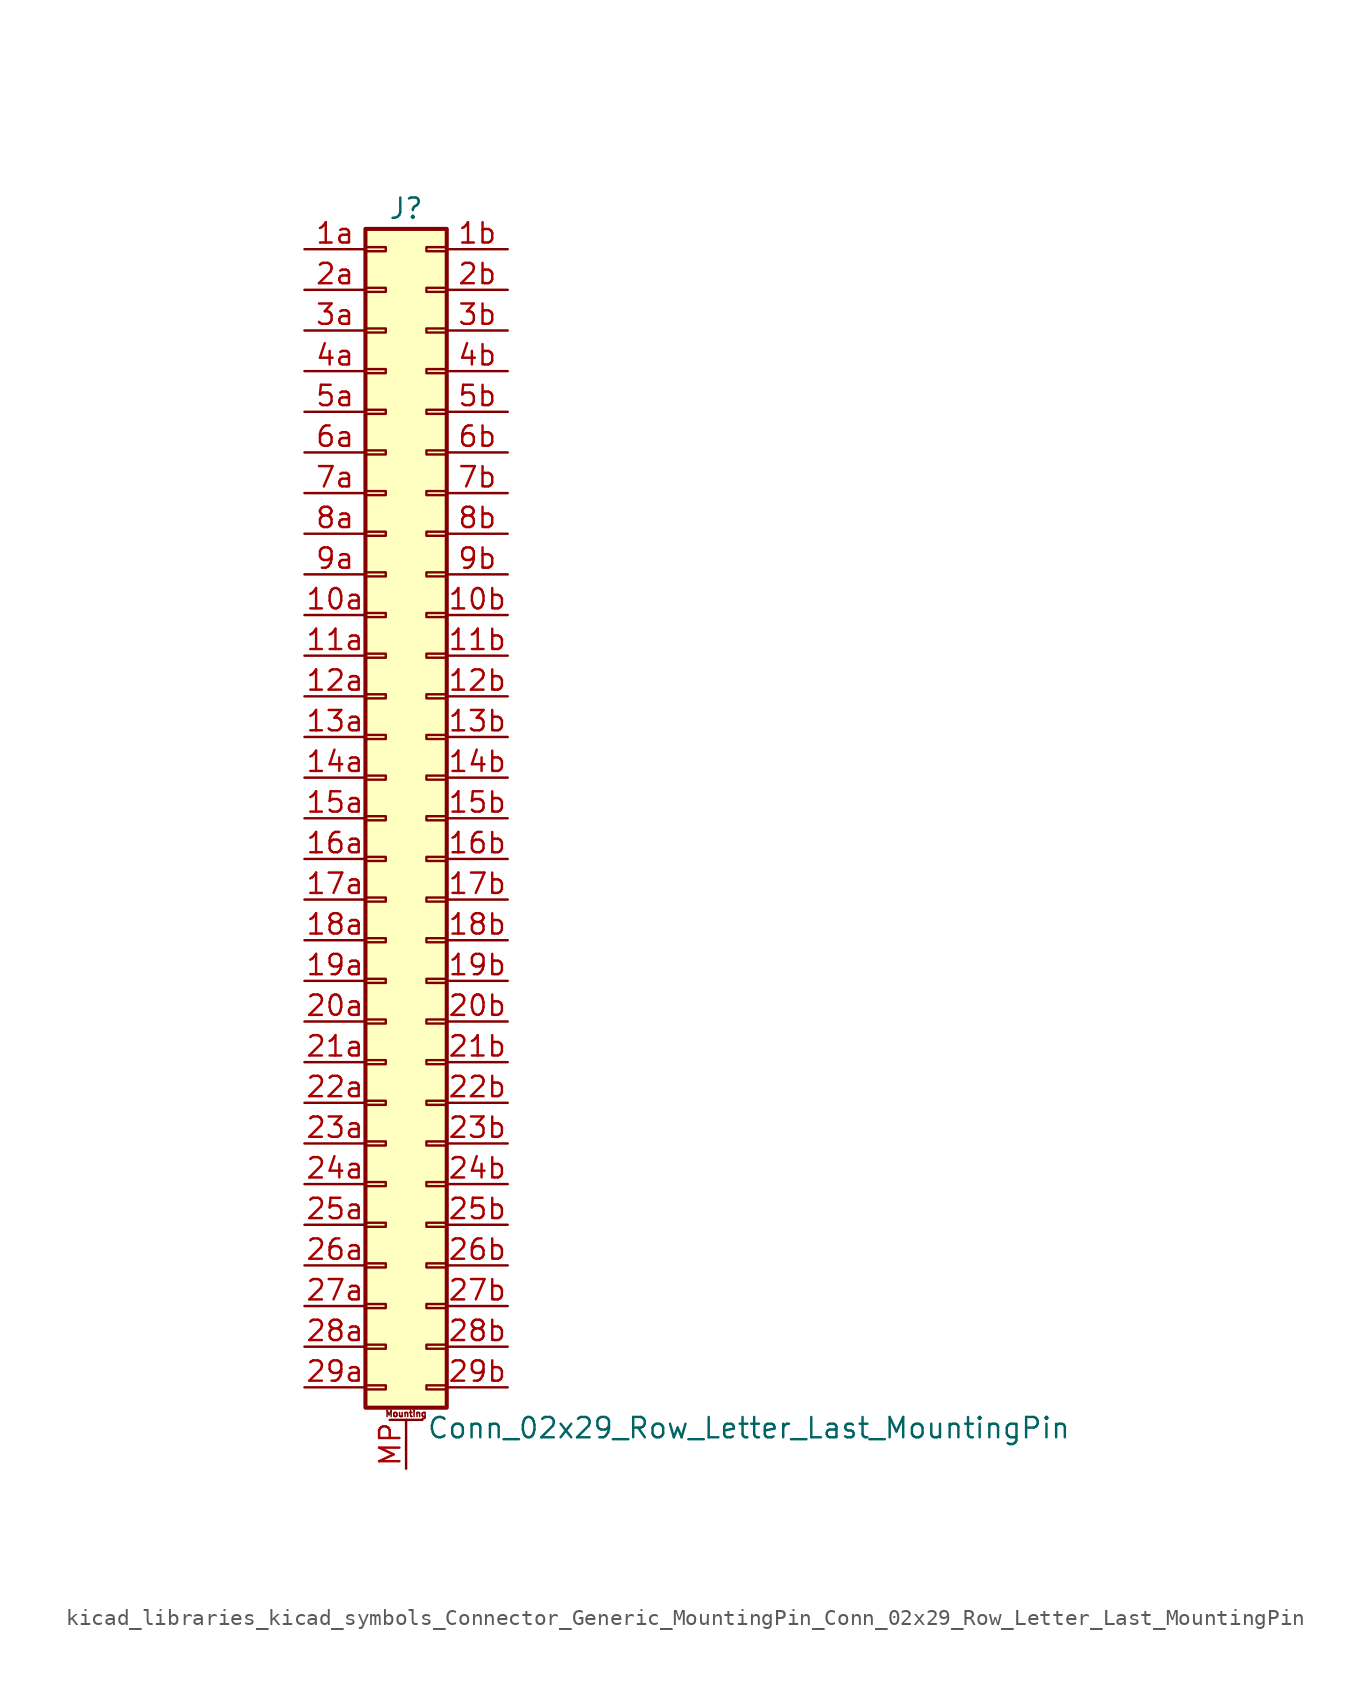
<source format=kicad_sym>
(kicad_symbol_lib
  (version 20220914)
  (generator kicad_symbol_editor)
  (symbol "kicad_libraries_kicad_symbols_Connector_Generic_MountingPin_Conn_02x29_Row_Letter_Last_MountingPin"
    (pin_names
      (offset 1.016) hide)
    (property "Reference" "J"
      (at 1.27 38.1 0)
      (effects (font (size 1.27 1.27))))
    (property "Value" "Conn_02x29_Row_Letter_Last_MountingPin"
      (at 2.54 -38.1 0)
      (effects (font (size 1.27 1.27)) (justify left)))
    (symbol "kicad_libraries_kicad_symbols_Connector_Generic_MountingPin_Conn_02x29_Row_Letter_Last_MountingPin_1_1"
      (rectangle (start -1.27 -35.433) (end 0 -35.687) (stroke (width 0.152) (type default)) (fill (type none)))
      (rectangle (start -1.27 -32.893) (end 0 -33.147) (stroke (width 0.152) (type default)) (fill (type none)))
      (rectangle (start -1.27 -30.353) (end 0 -30.607) (stroke (width 0.152) (type default)) (fill (type none)))
      (rectangle (start -1.27 -27.813) (end 0 -28.067) (stroke (width 0.152) (type default)) (fill (type none)))
      (rectangle (start -1.27 -25.273) (end 0 -25.527) (stroke (width 0.152) (type default)) (fill (type none)))
      (rectangle (start -1.27 -22.733) (end 0 -22.987) (stroke (width 0.152) (type default)) (fill (type none)))
      (rectangle (start -1.27 -20.193) (end 0 -20.447) (stroke (width 0.152) (type default)) (fill (type none)))
      (rectangle (start -1.27 -17.653) (end 0 -17.907) (stroke (width 0.152) (type default)) (fill (type none)))
      (rectangle (start -1.27 -15.113) (end 0 -15.367) (stroke (width 0.152) (type default)) (fill (type none)))
      (rectangle (start -1.27 -12.573) (end 0 -12.827) (stroke (width 0.152) (type default)) (fill (type none)))
      (rectangle (start -1.27 -10.033) (end 0 -10.287) (stroke (width 0.152) (type default)) (fill (type none)))
      (rectangle (start -1.27 -7.493) (end 0 -7.747) (stroke (width 0.152) (type default)) (fill (type none)))
      (rectangle (start -1.27 -4.953) (end 0 -5.207) (stroke (width 0.152) (type default)) (fill (type none)))
      (rectangle (start -1.27 -2.413) (end 0 -2.667) (stroke (width 0.152) (type default)) (fill (type none)))
      (rectangle (start -1.27 0.127) (end 0 -0.127) (stroke (width 0.152) (type default)) (fill (type none)))
      (rectangle (start -1.27 2.667) (end 0 2.413) (stroke (width 0.152) (type default)) (fill (type none)))
      (rectangle (start -1.27 5.207) (end 0 4.953) (stroke (width 0.152) (type default)) (fill (type none)))
      (rectangle (start -1.27 7.747) (end 0 7.493) (stroke (width 0.152) (type default)) (fill (type none)))
      (rectangle (start -1.27 10.287) (end 0 10.033) (stroke (width 0.152) (type default)) (fill (type none)))
      (rectangle (start -1.27 12.827) (end 0 12.573) (stroke (width 0.152) (type default)) (fill (type none)))
      (rectangle (start -1.27 15.367) (end 0 15.113) (stroke (width 0.152) (type default)) (fill (type none)))
      (rectangle (start -1.27 17.907) (end 0 17.653) (stroke (width 0.152) (type default)) (fill (type none)))
      (rectangle (start -1.27 20.447) (end 0 20.193) (stroke (width 0.152) (type default)) (fill (type none)))
      (rectangle (start -1.27 22.987) (end 0 22.733) (stroke (width 0.152) (type default)) (fill (type none)))
      (rectangle (start -1.27 25.527) (end 0 25.273) (stroke (width 0.152) (type default)) (fill (type none)))
      (rectangle (start -1.27 28.067) (end 0 27.813) (stroke (width 0.152) (type default)) (fill (type none)))
      (rectangle (start -1.27 30.607) (end 0 30.353) (stroke (width 0.152) (type default)) (fill (type none)))
      (rectangle (start -1.27 33.147) (end 0 32.893) (stroke (width 0.152) (type default)) (fill (type none)))
      (rectangle (start -1.27 35.687) (end 0 35.433) (stroke (width 0.152) (type default)) (fill (type none)))
      (rectangle (start -1.27 36.83) (end 3.81 -36.83) (stroke (width 0.254) (type default)) (fill (type background)))
      (polyline (pts (xy 0.254 -37.592) (xy 2.286 -37.592)) (stroke (width 0.152) (type default)) (fill (type none)))
      (rectangle (start 3.81 -35.433) (end 2.54 -35.687) (stroke (width 0.152) (type default)) (fill (type none)))
      (rectangle (start 3.81 -32.893) (end 2.54 -33.147) (stroke (width 0.152) (type default)) (fill (type none)))
      (rectangle (start 3.81 -30.353) (end 2.54 -30.607) (stroke (width 0.152) (type default)) (fill (type none)))
      (rectangle (start 3.81 -27.813) (end 2.54 -28.067) (stroke (width 0.152) (type default)) (fill (type none)))
      (rectangle (start 3.81 -25.273) (end 2.54 -25.527) (stroke (width 0.152) (type default)) (fill (type none)))
      (rectangle (start 3.81 -22.733) (end 2.54 -22.987) (stroke (width 0.152) (type default)) (fill (type none)))
      (rectangle (start 3.81 -20.193) (end 2.54 -20.447) (stroke (width 0.152) (type default)) (fill (type none)))
      (rectangle (start 3.81 -17.653) (end 2.54 -17.907) (stroke (width 0.152) (type default)) (fill (type none)))
      (rectangle (start 3.81 -15.113) (end 2.54 -15.367) (stroke (width 0.152) (type default)) (fill (type none)))
      (rectangle (start 3.81 -12.573) (end 2.54 -12.827) (stroke (width 0.152) (type default)) (fill (type none)))
      (rectangle (start 3.81 -10.033) (end 2.54 -10.287) (stroke (width 0.152) (type default)) (fill (type none)))
      (rectangle (start 3.81 -7.493) (end 2.54 -7.747) (stroke (width 0.152) (type default)) (fill (type none)))
      (rectangle (start 3.81 -4.953) (end 2.54 -5.207) (stroke (width 0.152) (type default)) (fill (type none)))
      (rectangle (start 3.81 -2.413) (end 2.54 -2.667) (stroke (width 0.152) (type default)) (fill (type none)))
      (rectangle (start 3.81 0.127) (end 2.54 -0.127) (stroke (width 0.152) (type default)) (fill (type none)))
      (rectangle (start 3.81 2.667) (end 2.54 2.413) (stroke (width 0.152) (type default)) (fill (type none)))
      (rectangle (start 3.81 5.207) (end 2.54 4.953) (stroke (width 0.152) (type default)) (fill (type none)))
      (rectangle (start 3.81 7.747) (end 2.54 7.493) (stroke (width 0.152) (type default)) (fill (type none)))
      (rectangle (start 3.81 10.287) (end 2.54 10.033) (stroke (width 0.152) (type default)) (fill (type none)))
      (rectangle (start 3.81 12.827) (end 2.54 12.573) (stroke (width 0.152) (type default)) (fill (type none)))
      (rectangle (start 3.81 15.367) (end 2.54 15.113) (stroke (width 0.152) (type default)) (fill (type none)))
      (rectangle (start 3.81 17.907) (end 2.54 17.653) (stroke (width 0.152) (type default)) (fill (type none)))
      (rectangle (start 3.81 20.447) (end 2.54 20.193) (stroke (width 0.152) (type default)) (fill (type none)))
      (rectangle (start 3.81 22.987) (end 2.54 22.733) (stroke (width 0.152) (type default)) (fill (type none)))
      (rectangle (start 3.81 25.527) (end 2.54 25.273) (stroke (width 0.152) (type default)) (fill (type none)))
      (rectangle (start 3.81 28.067) (end 2.54 27.813) (stroke (width 0.152) (type default)) (fill (type none)))
      (rectangle (start 3.81 30.607) (end 2.54 30.353) (stroke (width 0.152) (type default)) (fill (type none)))
      (rectangle (start 3.81 33.147) (end 2.54 32.893) (stroke (width 0.152) (type default)) (fill (type none)))
      (rectangle (start 3.81 35.687) (end 2.54 35.433) (stroke (width 0.152) (type default)) (fill (type none)))
      (text "Mounting" (at 1.27 -37.211 0) (effects (font (size 0.381 0.381))))
      (pin passive line (at -5.08 12.7 0) (length 3.81) (name "Pin_10a" (effects (font (size 1.27 1.27)))) (number "10a" (effects (font (size 1.27 1.27)))))
      (pin passive line (at 7.62 12.7 180) (length 3.81) (name "Pin_10b" (effects (font (size 1.27 1.27)))) (number "10b" (effects (font (size 1.27 1.27)))))
      (pin passive line (at -5.08 10.16 0) (length 3.81) (name "Pin_11a" (effects (font (size 1.27 1.27)))) (number "11a" (effects (font (size 1.27 1.27)))))
      (pin passive line (at 7.62 10.16 180) (length 3.81) (name "Pin_11b" (effects (font (size 1.27 1.27)))) (number "11b" (effects (font (size 1.27 1.27)))))
      (pin passive line (at -5.08 7.62 0) (length 3.81) (name "Pin_12a" (effects (font (size 1.27 1.27)))) (number "12a" (effects (font (size 1.27 1.27)))))
      (pin passive line (at 7.62 7.62 180) (length 3.81) (name "Pin_12b" (effects (font (size 1.27 1.27)))) (number "12b" (effects (font (size 1.27 1.27)))))
      (pin passive line (at -5.08 5.08 0) (length 3.81) (name "Pin_13a" (effects (font (size 1.27 1.27)))) (number "13a" (effects (font (size 1.27 1.27)))))
      (pin passive line (at 7.62 5.08 180) (length 3.81) (name "Pin_13b" (effects (font (size 1.27 1.27)))) (number "13b" (effects (font (size 1.27 1.27)))))
      (pin passive line (at -5.08 2.54 0) (length 3.81) (name "Pin_14a" (effects (font (size 1.27 1.27)))) (number "14a" (effects (font (size 1.27 1.27)))))
      (pin passive line (at 7.62 2.54 180) (length 3.81) (name "Pin_14b" (effects (font (size 1.27 1.27)))) (number "14b" (effects (font (size 1.27 1.27)))))
      (pin passive line (at -5.08 0 0) (length 3.81) (name "Pin_15a" (effects (font (size 1.27 1.27)))) (number "15a" (effects (font (size 1.27 1.27)))))
      (pin passive line (at 7.62 0 180) (length 3.81) (name "Pin_15b" (effects (font (size 1.27 1.27)))) (number "15b" (effects (font (size 1.27 1.27)))))
      (pin passive line (at -5.08 -2.54 0) (length 3.81) (name "Pin_16a" (effects (font (size 1.27 1.27)))) (number "16a" (effects (font (size 1.27 1.27)))))
      (pin passive line (at 7.62 -2.54 180) (length 3.81) (name "Pin_16b" (effects (font (size 1.27 1.27)))) (number "16b" (effects (font (size 1.27 1.27)))))
      (pin passive line (at -5.08 -5.08 0) (length 3.81) (name "Pin_17a" (effects (font (size 1.27 1.27)))) (number "17a" (effects (font (size 1.27 1.27)))))
      (pin passive line (at 7.62 -5.08 180) (length 3.81) (name "Pin_17b" (effects (font (size 1.27 1.27)))) (number "17b" (effects (font (size 1.27 1.27)))))
      (pin passive line (at -5.08 -7.62 0) (length 3.81) (name "Pin_18a" (effects (font (size 1.27 1.27)))) (number "18a" (effects (font (size 1.27 1.27)))))
      (pin passive line (at 7.62 -7.62 180) (length 3.81) (name "Pin_18b" (effects (font (size 1.27 1.27)))) (number "18b" (effects (font (size 1.27 1.27)))))
      (pin passive line (at -5.08 -10.16 0) (length 3.81) (name "Pin_19a" (effects (font (size 1.27 1.27)))) (number "19a" (effects (font (size 1.27 1.27)))))
      (pin passive line (at 7.62 -10.16 180) (length 3.81) (name "Pin_19b" (effects (font (size 1.27 1.27)))) (number "19b" (effects (font (size 1.27 1.27)))))
      (pin passive line (at -5.08 35.56 0) (length 3.81) (name "Pin_1a" (effects (font (size 1.27 1.27)))) (number "1a" (effects (font (size 1.27 1.27)))))
      (pin passive line (at 7.62 35.56 180) (length 3.81) (name "Pin_1b" (effects (font (size 1.27 1.27)))) (number "1b" (effects (font (size 1.27 1.27)))))
      (pin passive line (at -5.08 -12.7 0) (length 3.81) (name "Pin_20a" (effects (font (size 1.27 1.27)))) (number "20a" (effects (font (size 1.27 1.27)))))
      (pin passive line (at 7.62 -12.7 180) (length 3.81) (name "Pin_20b" (effects (font (size 1.27 1.27)))) (number "20b" (effects (font (size 1.27 1.27)))))
      (pin passive line (at -5.08 -15.24 0) (length 3.81) (name "Pin_21a" (effects (font (size 1.27 1.27)))) (number "21a" (effects (font (size 1.27 1.27)))))
      (pin passive line (at 7.62 -15.24 180) (length 3.81) (name "Pin_21b" (effects (font (size 1.27 1.27)))) (number "21b" (effects (font (size 1.27 1.27)))))
      (pin passive line (at -5.08 -17.78 0) (length 3.81) (name "Pin_22a" (effects (font (size 1.27 1.27)))) (number "22a" (effects (font (size 1.27 1.27)))))
      (pin passive line (at 7.62 -17.78 180) (length 3.81) (name "Pin_22b" (effects (font (size 1.27 1.27)))) (number "22b" (effects (font (size 1.27 1.27)))))
      (pin passive line (at -5.08 -20.32 0) (length 3.81) (name "Pin_23a" (effects (font (size 1.27 1.27)))) (number "23a" (effects (font (size 1.27 1.27)))))
      (pin passive line (at 7.62 -20.32 180) (length 3.81) (name "Pin_23b" (effects (font (size 1.27 1.27)))) (number "23b" (effects (font (size 1.27 1.27)))))
      (pin passive line (at -5.08 -22.86 0) (length 3.81) (name "Pin_24a" (effects (font (size 1.27 1.27)))) (number "24a" (effects (font (size 1.27 1.27)))))
      (pin passive line (at 7.62 -22.86 180) (length 3.81) (name "Pin_24b" (effects (font (size 1.27 1.27)))) (number "24b" (effects (font (size 1.27 1.27)))))
      (pin passive line (at -5.08 -25.4 0) (length 3.81) (name "Pin_25a" (effects (font (size 1.27 1.27)))) (number "25a" (effects (font (size 1.27 1.27)))))
      (pin passive line (at 7.62 -25.4 180) (length 3.81) (name "Pin_25b" (effects (font (size 1.27 1.27)))) (number "25b" (effects (font (size 1.27 1.27)))))
      (pin passive line (at -5.08 -27.94 0) (length 3.81) (name "Pin_26a" (effects (font (size 1.27 1.27)))) (number "26a" (effects (font (size 1.27 1.27)))))
      (pin passive line (at 7.62 -27.94 180) (length 3.81) (name "Pin_26b" (effects (font (size 1.27 1.27)))) (number "26b" (effects (font (size 1.27 1.27)))))
      (pin passive line (at -5.08 -30.48 0) (length 3.81) (name "Pin_27a" (effects (font (size 1.27 1.27)))) (number "27a" (effects (font (size 1.27 1.27)))))
      (pin passive line (at 7.62 -30.48 180) (length 3.81) (name "Pin_27b" (effects (font (size 1.27 1.27)))) (number "27b" (effects (font (size 1.27 1.27)))))
      (pin passive line (at -5.08 -33.02 0) (length 3.81) (name "Pin_28a" (effects (font (size 1.27 1.27)))) (number "28a" (effects (font (size 1.27 1.27)))))
      (pin passive line (at 7.62 -33.02 180) (length 3.81) (name "Pin_28b" (effects (font (size 1.27 1.27)))) (number "28b" (effects (font (size 1.27 1.27)))))
      (pin passive line (at -5.08 -35.56 0) (length 3.81) (name "Pin_29a" (effects (font (size 1.27 1.27)))) (number "29a" (effects (font (size 1.27 1.27)))))
      (pin passive line (at 7.62 -35.56 180) (length 3.81) (name "Pin_29b" (effects (font (size 1.27 1.27)))) (number "29b" (effects (font (size 1.27 1.27)))))
      (pin passive line (at -5.08 33.02 0) (length 3.81) (name "Pin_2a" (effects (font (size 1.27 1.27)))) (number "2a" (effects (font (size 1.27 1.27)))))
      (pin passive line (at 7.62 33.02 180) (length 3.81) (name "Pin_2b" (effects (font (size 1.27 1.27)))) (number "2b" (effects (font (size 1.27 1.27)))))
      (pin passive line (at -5.08 30.48 0) (length 3.81) (name "Pin_3a" (effects (font (size 1.27 1.27)))) (number "3a" (effects (font (size 1.27 1.27)))))
      (pin passive line (at 7.62 30.48 180) (length 3.81) (name "Pin_3b" (effects (font (size 1.27 1.27)))) (number "3b" (effects (font (size 1.27 1.27)))))
      (pin passive line (at -5.08 27.94 0) (length 3.81) (name "Pin_4a" (effects (font (size 1.27 1.27)))) (number "4a" (effects (font (size 1.27 1.27)))))
      (pin passive line (at 7.62 27.94 180) (length 3.81) (name "Pin_4b" (effects (font (size 1.27 1.27)))) (number "4b" (effects (font (size 1.27 1.27)))))
      (pin passive line (at -5.08 25.4 0) (length 3.81) (name "Pin_5a" (effects (font (size 1.27 1.27)))) (number "5a" (effects (font (size 1.27 1.27)))))
      (pin passive line (at 7.62 25.4 180) (length 3.81) (name "Pin_5b" (effects (font (size 1.27 1.27)))) (number "5b" (effects (font (size 1.27 1.27)))))
      (pin passive line (at -5.08 22.86 0) (length 3.81) (name "Pin_6a" (effects (font (size 1.27 1.27)))) (number "6a" (effects (font (size 1.27 1.27)))))
      (pin passive line (at 7.62 22.86 180) (length 3.81) (name "Pin_6b" (effects (font (size 1.27 1.27)))) (number "6b" (effects (font (size 1.27 1.27)))))
      (pin passive line (at -5.08 20.32 0) (length 3.81) (name "Pin_7a" (effects (font (size 1.27 1.27)))) (number "7a" (effects (font (size 1.27 1.27)))))
      (pin passive line (at 7.62 20.32 180) (length 3.81) (name "Pin_7b" (effects (font (size 1.27 1.27)))) (number "7b" (effects (font (size 1.27 1.27)))))
      (pin passive line (at -5.08 17.78 0) (length 3.81) (name "Pin_8a" (effects (font (size 1.27 1.27)))) (number "8a" (effects (font (size 1.27 1.27)))))
      (pin passive line (at 7.62 17.78 180) (length 3.81) (name "Pin_8b" (effects (font (size 1.27 1.27)))) (number "8b" (effects (font (size 1.27 1.27)))))
      (pin passive line (at -5.08 15.24 0) (length 3.81) (name "Pin_9a" (effects (font (size 1.27 1.27)))) (number "9a" (effects (font (size 1.27 1.27)))))
      (pin passive line (at 7.62 15.24 180) (length 3.81) (name "Pin_9b" (effects (font (size 1.27 1.27)))) (number "9b" (effects (font (size 1.27 1.27)))))
      (pin passive line (at 1.27 -40.64 90) (length 3.048) (name "MountPin" (effects (font (size 1.27 1.27)))) (number "MP" (effects (font (size 1.27 1.27))))))))
</source>
